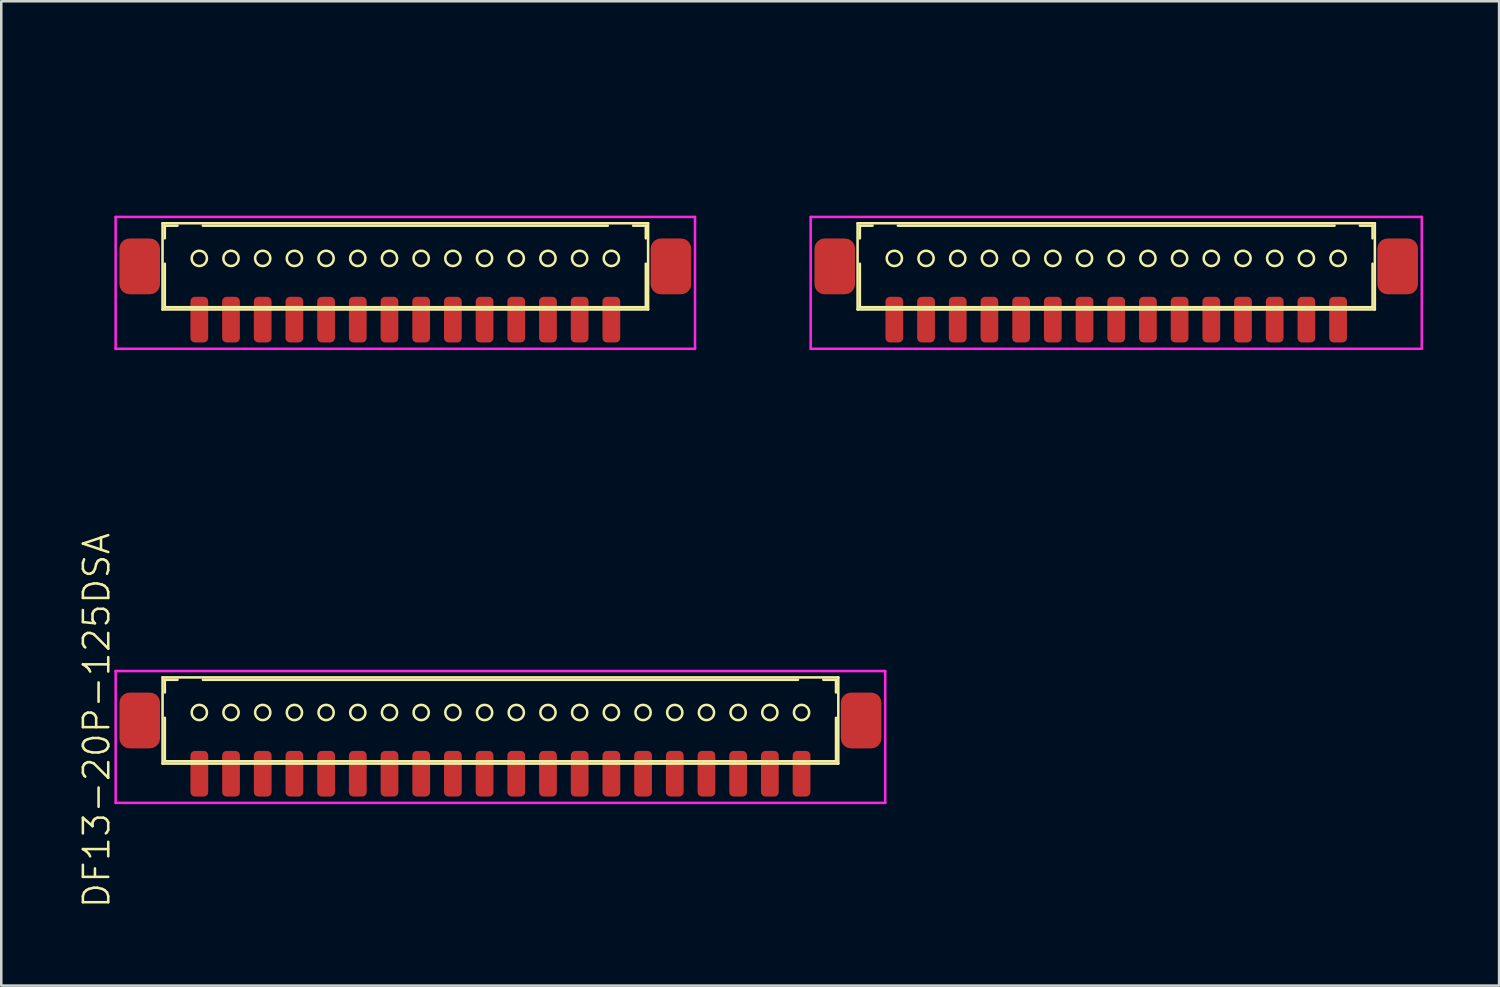
<source format=kicad_pcb>
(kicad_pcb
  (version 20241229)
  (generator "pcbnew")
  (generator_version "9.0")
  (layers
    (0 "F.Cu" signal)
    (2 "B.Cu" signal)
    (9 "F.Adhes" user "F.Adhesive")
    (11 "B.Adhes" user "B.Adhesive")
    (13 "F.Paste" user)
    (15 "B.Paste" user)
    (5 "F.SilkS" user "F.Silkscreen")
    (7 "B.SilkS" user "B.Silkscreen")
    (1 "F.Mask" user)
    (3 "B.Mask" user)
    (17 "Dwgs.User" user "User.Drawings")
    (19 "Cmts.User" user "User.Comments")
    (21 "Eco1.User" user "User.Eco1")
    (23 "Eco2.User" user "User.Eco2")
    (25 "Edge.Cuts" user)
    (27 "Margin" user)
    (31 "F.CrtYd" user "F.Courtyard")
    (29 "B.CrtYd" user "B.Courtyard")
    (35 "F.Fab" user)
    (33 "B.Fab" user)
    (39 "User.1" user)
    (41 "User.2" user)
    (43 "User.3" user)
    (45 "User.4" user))
  (footprint "DF13-20P-125DSA"
    (layer "F.Cu")
    (at 16.686 27.464)
    (property "Reference" "DF13-20P-125DSA" (at -15.925 -2.1 90) (layer "F.SilkS") (effects (font (size 1 1) (thickness 0.1))))
    (attr through_hole)
    (fp_line (start -13.325 -3.8) (end -13.325 -0.4) (stroke (width 0.1) (type solid)) (layer "F.SilkS"))
    (fp_line (start -13.325 -3.8) (end 13.325 -3.8) (stroke (width 0.1) (type solid)) (layer "F.SilkS"))
    (fp_line (start -13.325 -0.4) (end 13.325 -0.4) (stroke (width 0.1) (type solid)) (layer "F.SilkS"))
    (fp_line (start -13.235 -3.705) (end -13.235 -3.205) (stroke (width 0.1) (type solid)) (layer "F.SilkS"))
    (fp_line (start -13.235 -3.705) (end -12.735 -3.705) (stroke (width 0.1) (type solid)) (layer "F.SilkS"))
    (fp_line (start -13.235 -2.205) (end -13.235 -0.49) (stroke (width 0.1) (type solid)) (layer "F.SilkS"))
    (fp_line (start -13.235 -0.49) (end 13.235 -0.49) (stroke (width 0.1) (type solid)) (layer "F.SilkS"))
    (fp_line (start -11.735 -3.705) (end 11.735 -3.705) (stroke (width 0.1) (type solid)) (layer "F.SilkS"))
    (fp_line (start 12.735 -3.705) (end 13.235 -3.705) (stroke (width 0.1) (type solid)) (layer "F.SilkS"))
    (fp_line (start 13.235 -3.705) (end 13.235 -3.205) (stroke (width 0.1) (type solid)) (layer "F.SilkS"))
    (fp_line (start 13.235 -2.205) (end 13.235 -0.49) (stroke (width 0.1) (type solid)) (layer "F.SilkS"))
    (fp_line (start 13.325 -3.8) (end 13.325 -0.4) (stroke (width 0.1) (type solid)) (layer "F.SilkS"))
    (fp_circle (center -11.875 -2.415) (end -11.575 -2.415) (stroke (width 0.1) (type solid)) (fill no) (layer "F.SilkS"))
    (fp_circle (center -10.625 -2.415) (end -10.325 -2.415) (stroke (width 0.1) (type solid)) (fill no) (layer "F.SilkS"))
    (fp_circle (center -9.375 -2.415) (end -9.075 -2.415) (stroke (width 0.1) (type solid)) (fill no) (layer "F.SilkS"))
    (fp_circle (center -8.125 -2.415) (end -7.825 -2.415) (stroke (width 0.1) (type solid)) (fill no) (layer "F.SilkS"))
    (fp_circle (center -6.875 -2.415) (end -6.575 -2.415) (stroke (width 0.1) (type solid)) (fill no) (layer "F.SilkS"))
    (fp_circle (center -5.625 -2.415) (end -5.325 -2.415) (stroke (width 0.1) (type solid)) (fill no) (layer "F.SilkS"))
    (fp_circle (center -4.375 -2.415) (end -4.075 -2.415) (stroke (width 0.1) (type solid)) (fill no) (layer "F.SilkS"))
    (fp_circle (center -3.125 -2.415) (end -2.825 -2.415) (stroke (width 0.1) (type solid)) (fill no) (layer "F.SilkS"))
    (fp_circle (center -1.875 -2.415) (end -1.575 -2.415) (stroke (width 0.1) (type solid)) (fill no) (layer "F.SilkS"))
    (fp_circle (center -0.625 -2.415) (end -0.325 -2.415) (stroke (width 0.1) (type solid)) (fill no) (layer "F.SilkS"))
    (fp_circle (center 0.625 -2.415) (end 0.925 -2.415) (stroke (width 0.1) (type solid)) (fill no) (layer "F.SilkS"))
    (fp_circle (center 1.875 -2.415) (end 2.175 -2.415) (stroke (width 0.1) (type solid)) (fill no) (layer "F.SilkS"))
    (fp_circle (center 3.125 -2.415) (end 3.425 -2.415) (stroke (width 0.1) (type solid)) (fill no) (layer "F.SilkS"))
    (fp_circle (center 4.375 -2.415) (end 4.675 -2.415) (stroke (width 0.1) (type solid)) (fill no) (layer "F.SilkS"))
    (fp_circle (center 5.625 -2.415) (end 5.925 -2.415) (stroke (width 0.1) (type solid)) (fill no) (layer "F.SilkS"))
    (fp_circle (center 6.875 -2.415) (end 7.175 -2.415) (stroke (width 0.1) (type solid)) (fill no) (layer "F.SilkS"))
    (fp_circle (center 8.125 -2.415) (end 8.425 -2.415) (stroke (width 0.1) (type solid)) (fill no) (layer "F.SilkS"))
    (fp_circle (center 9.375 -2.415) (end 9.675 -2.415) (stroke (width 0.1) (type solid)) (fill no) (layer "F.SilkS"))
    (fp_circle (center 10.625 -2.415) (end 10.925 -2.415) (stroke (width 0.1) (type solid)) (fill no) (layer "F.SilkS"))
    (fp_circle (center 11.875 -2.415) (end 12.175 -2.415) (stroke (width 0.1) (type solid)) (fill no) (layer "F.SilkS"))
    (fp_line (start -15.175 -4.05) (end -15.175 1.15) (stroke (width 0.1) (type solid)) (layer "F.CrtYd"))
    (fp_line (start -15.175 1.15) (end 15.175 1.15) (stroke (width 0.1) (type solid)) (layer "F.CrtYd"))
    (fp_line (start 15.175 -4.05) (end -15.175 -4.05) (stroke (width 0.1) (type solid)) (layer "F.CrtYd"))
    (fp_line (start 15.175 1.15) (end 15.175 -4.05) (stroke (width 0.1) (type solid)) (layer "F.CrtYd"))
    (pad "1" smd roundrect (at -11.875 0) (size 0.7 1.8) (layers "F.Cu" "F.Mask" "F.Paste") (roundrect_rratio 0.25))
    (pad "2" smd roundrect (at -10.625 0) (size 0.7 1.8) (layers "F.Cu" "F.Mask" "F.Paste") (roundrect_rratio 0.25))
    (pad "3" smd roundrect (at -9.375 0) (size 0.7 1.8) (layers "F.Cu" "F.Mask" "F.Paste") (roundrect_rratio 0.25))
    (pad "4" smd roundrect (at -8.125 0) (size 0.7 1.8) (layers "F.Cu" "F.Mask" "F.Paste") (roundrect_rratio 0.25))
    (pad "5" smd roundrect (at -6.875 0) (size 0.7 1.8) (layers "F.Cu" "F.Mask" "F.Paste") (roundrect_rratio 0.25))
    (pad "6" smd roundrect (at -5.625 0) (size 0.7 1.8) (layers "F.Cu" "F.Mask" "F.Paste") (roundrect_rratio 0.25))
    (pad "7" smd roundrect (at -4.375 0) (size 0.7 1.8) (layers "F.Cu" "F.Mask" "F.Paste") (roundrect_rratio 0.25))
    (pad "8" smd roundrect (at -3.125 0) (size 0.7 1.8) (layers "F.Cu" "F.Mask" "F.Paste") (roundrect_rratio 0.25))
    (pad "9" smd roundrect (at -1.875 0) (size 0.7 1.8) (layers "F.Cu" "F.Mask" "F.Paste") (roundrect_rratio 0.25))
    (pad "10" smd roundrect (at -0.625 0) (size 0.7 1.8) (layers "F.Cu" "F.Mask" "F.Paste") (roundrect_rratio 0.25))
    (pad "11" smd roundrect (at 0.625 0) (size 0.7 1.8) (layers "F.Cu" "F.Mask" "F.Paste") (roundrect_rratio 0.25))
    (pad "12" smd roundrect (at 1.875 0) (size 0.7 1.8) (layers "F.Cu" "F.Mask" "F.Paste") (roundrect_rratio 0.25))
    (pad "13" smd roundrect (at 3.125 0) (size 0.7 1.8) (layers "F.Cu" "F.Mask" "F.Paste") (roundrect_rratio 0.25))
    (pad "14" smd roundrect (at 4.375 0) (size 0.7 1.8) (layers "F.Cu" "F.Mask" "F.Paste") (roundrect_rratio 0.25))
    (pad "15" smd roundrect (at 5.625 0) (size 0.7 1.8) (layers "F.Cu" "F.Mask" "F.Paste") (roundrect_rratio 0.25))
    (pad "16" smd roundrect (at 6.875 0) (size 0.7 1.8) (layers "F.Cu" "F.Mask" "F.Paste") (roundrect_rratio 0.25))
    (pad "17" smd roundrect (at 8.125 0) (size 0.7 1.8) (layers "F.Cu" "F.Mask" "F.Paste") (roundrect_rratio 0.25))
    (pad "18" smd roundrect (at 9.375 0) (size 0.7 1.8) (layers "F.Cu" "F.Mask" "F.Paste") (roundrect_rratio 0.25))
    (pad "19" smd roundrect (at 10.625 0) (size 0.7 1.8) (layers "F.Cu" "F.Mask" "F.Paste") (roundrect_rratio 0.25))
    (pad "20" smd roundrect (at 11.875 0) (size 0.7 1.8) (layers "F.Cu" "F.Mask" "F.Paste") (roundrect_rratio 0.25))
    (pad "S" smd roundrect (at -14.225 -2.1) (size 1.6 2.2) (layers "F.Cu" "F.Mask" "F.Paste") (roundrect_rratio 0.25))
    (pad "S" smd roundrect (at 14.225 -2.1) (size 1.6 2.2) (layers "F.Cu" "F.Mask" "F.Paste") (roundrect_rratio 0.25)))
  (footprint "DF13-14P-125DSA"
    (layer "F.Cu")
    (at 12.935 9.555)
    (property "Reference" "DF13-14P-125DSA" (at -12.175 -2.1 90) (layer "User.1") (effects (font (size 1 1) (thickness 0.1))))
    (attr through_hole)
    (fp_line (start -9.575 -3.8) (end -9.575 -0.4) (stroke (width 0.1) (type solid)) (layer "F.SilkS"))
    (fp_line (start -9.575 -3.8) (end 9.575 -3.8) (stroke (width 0.1) (type solid)) (layer "F.SilkS"))
    (fp_line (start -9.575 -0.4) (end 9.575 -0.4) (stroke (width 0.1) (type solid)) (layer "F.SilkS"))
    (fp_line (start -9.485 -3.705) (end -9.485 -3.205) (stroke (width 0.1) (type solid)) (layer "F.SilkS"))
    (fp_line (start -9.485 -3.705) (end -8.985 -3.705) (stroke (width 0.1) (type solid)) (layer "F.SilkS"))
    (fp_line (start -9.485 -2.205) (end -9.485 -0.49) (stroke (width 0.1) (type solid)) (layer "F.SilkS"))
    (fp_line (start -9.485 -0.49) (end 9.485 -0.49) (stroke (width 0.1) (type solid)) (layer "F.SilkS"))
    (fp_line (start -7.985 -3.705) (end 7.985 -3.705) (stroke (width 0.1) (type solid)) (layer "F.SilkS"))
    (fp_line (start 8.985 -3.705) (end 9.485 -3.705) (stroke (width 0.1) (type solid)) (layer "F.SilkS"))
    (fp_line (start 9.485 -3.705) (end 9.485 -3.205) (stroke (width 0.1) (type solid)) (layer "F.SilkS"))
    (fp_line (start 9.485 -2.205) (end 9.485 -0.49) (stroke (width 0.1) (type solid)) (layer "F.SilkS"))
    (fp_line (start 9.575 -3.8) (end 9.575 -0.4) (stroke (width 0.1) (type solid)) (layer "F.SilkS"))
    (fp_circle (center -8.125 -2.415) (end -7.825 -2.415) (stroke (width 0.1) (type solid)) (fill no) (layer "F.SilkS"))
    (fp_circle (center -6.875 -2.415) (end -6.575 -2.415) (stroke (width 0.1) (type solid)) (fill no) (layer "F.SilkS"))
    (fp_circle (center -5.625 -2.415) (end -5.325 -2.415) (stroke (width 0.1) (type solid)) (fill no) (layer "F.SilkS"))
    (fp_circle (center -4.375 -2.415) (end -4.075 -2.415) (stroke (width 0.1) (type solid)) (fill no) (layer "F.SilkS"))
    (fp_circle (center -3.125 -2.415) (end -2.825 -2.415) (stroke (width 0.1) (type solid)) (fill no) (layer "F.SilkS"))
    (fp_circle (center -1.875 -2.415) (end -1.575 -2.415) (stroke (width 0.1) (type solid)) (fill no) (layer "F.SilkS"))
    (fp_circle (center -0.625 -2.415) (end -0.325 -2.415) (stroke (width 0.1) (type solid)) (fill no) (layer "F.SilkS"))
    (fp_circle (center 0.625 -2.415) (end 0.925 -2.415) (stroke (width 0.1) (type solid)) (fill no) (layer "F.SilkS"))
    (fp_circle (center 1.875 -2.415) (end 2.175 -2.415) (stroke (width 0.1) (type solid)) (fill no) (layer "F.SilkS"))
    (fp_circle (center 3.125 -2.415) (end 3.425 -2.415) (stroke (width 0.1) (type solid)) (fill no) (layer "F.SilkS"))
    (fp_circle (center 4.375 -2.415) (end 4.675 -2.415) (stroke (width 0.1) (type solid)) (fill no) (layer "F.SilkS"))
    (fp_circle (center 5.625 -2.415) (end 5.925 -2.415) (stroke (width 0.1) (type solid)) (fill no) (layer "F.SilkS"))
    (fp_circle (center 6.875 -2.415) (end 7.175 -2.415) (stroke (width 0.1) (type solid)) (fill no) (layer "F.SilkS"))
    (fp_circle (center 8.125 -2.415) (end 8.425 -2.415) (stroke (width 0.1) (type solid)) (fill no) (layer "F.SilkS"))
    (fp_line (start -11.425 -4.05) (end -11.425 1.15) (stroke (width 0.1) (type solid)) (layer "F.CrtYd"))
    (fp_line (start -11.425 1.15) (end 11.425 1.15) (stroke (width 0.1) (type solid)) (layer "F.CrtYd"))
    (fp_line (start 11.425 -4.05) (end -11.425 -4.05) (stroke (width 0.1) (type solid)) (layer "F.CrtYd"))
    (fp_line (start 11.425 1.15) (end 11.425 -4.05) (stroke (width 0.1) (type solid)) (layer "F.CrtYd"))
    (pad "1" smd roundrect (at -8.125 0) (size 0.7 1.8) (layers "F.Cu" "F.Mask" "F.Paste") (roundrect_rratio 0.25))
    (pad "2" smd roundrect (at -6.875 0) (size 0.7 1.8) (layers "F.Cu" "F.Mask" "F.Paste") (roundrect_rratio 0.25))
    (pad "3" smd roundrect (at -5.625 0) (size 0.7 1.8) (layers "F.Cu" "F.Mask" "F.Paste") (roundrect_rratio 0.25))
    (pad "4" smd roundrect (at -4.375 0) (size 0.7 1.8) (layers "F.Cu" "F.Mask" "F.Paste") (roundrect_rratio 0.25))
    (pad "5" smd roundrect (at -3.125 0) (size 0.7 1.8) (layers "F.Cu" "F.Mask" "F.Paste") (roundrect_rratio 0.25))
    (pad "6" smd roundrect (at -1.875 0) (size 0.7 1.8) (layers "F.Cu" "F.Mask" "F.Paste") (roundrect_rratio 0.25))
    (pad "7" smd roundrect (at -0.625 0) (size 0.7 1.8) (layers "F.Cu" "F.Mask" "F.Paste") (roundrect_rratio 0.25))
    (pad "8" smd roundrect (at 0.625 0) (size 0.7 1.8) (layers "F.Cu" "F.Mask" "F.Paste") (roundrect_rratio 0.25))
    (pad "9" smd roundrect (at 1.875 0) (size 0.7 1.8) (layers "F.Cu" "F.Mask" "F.Paste") (roundrect_rratio 0.25))
    (pad "10" smd roundrect (at 3.125 0) (size 0.7 1.8) (layers "F.Cu" "F.Mask" "F.Paste") (roundrect_rratio 0.25))
    (pad "11" smd roundrect (at 4.375 0) (size 0.7 1.8) (layers "F.Cu" "F.Mask" "F.Paste") (roundrect_rratio 0.25))
    (pad "12" smd roundrect (at 5.625 0) (size 0.7 1.8) (layers "F.Cu" "F.Mask" "F.Paste") (roundrect_rratio 0.25))
    (pad "13" smd roundrect (at 6.875 0) (size 0.7 1.8) (layers "F.Cu" "F.Mask" "F.Paste") (roundrect_rratio 0.25))
    (pad "14" smd roundrect (at 8.125 0) (size 0.7 1.8) (layers "F.Cu" "F.Mask" "F.Paste") (roundrect_rratio 0.25))
    (pad "S" smd roundrect (at -10.475 -2.1) (size 1.6 2.2) (layers "F.Cu" "F.Mask" "F.Paste") (roundrect_rratio 0.25))
    (pad "S" smd roundrect (at 10.475 -2.1) (size 1.6 2.2) (layers "F.Cu" "F.Mask" "F.Paste") (roundrect_rratio 0.25)))
  (footprint "DF13-15P-125DSA"
    (layer "F.Cu")
    (at 40.971 9.555)
    (property "Reference" "DF13-15P-125DSA" (at -12.8 -2.1 90) (layer "User.1") (effects (font (size 1 1) (thickness 0.1))))
    (attr through_hole)
    (fp_line (start -10.2 -3.8) (end -10.2 -0.4) (stroke (width 0.1) (type solid)) (layer "F.SilkS"))
    (fp_line (start -10.2 -3.8) (end 10.2 -3.8) (stroke (width 0.1) (type solid)) (layer "F.SilkS"))
    (fp_line (start -10.2 -0.4) (end 10.2 -0.4) (stroke (width 0.1) (type solid)) (layer "F.SilkS"))
    (fp_line (start -10.11 -3.705) (end -10.11 -3.205) (stroke (width 0.1) (type solid)) (layer "F.SilkS"))
    (fp_line (start -10.11 -3.705) (end -9.61 -3.705) (stroke (width 0.1) (type solid)) (layer "F.SilkS"))
    (fp_line (start -10.11 -2.205) (end -10.11 -0.49) (stroke (width 0.1) (type solid)) (layer "F.SilkS"))
    (fp_line (start -10.11 -0.49) (end 10.11 -0.49) (stroke (width 0.1) (type solid)) (layer "F.SilkS"))
    (fp_line (start -8.61 -3.705) (end 8.61 -3.705) (stroke (width 0.1) (type solid)) (layer "F.SilkS"))
    (fp_line (start 9.61 -3.705) (end 10.11 -3.705) (stroke (width 0.1) (type solid)) (layer "F.SilkS"))
    (fp_line (start 10.11 -3.705) (end 10.11 -3.205) (stroke (width 0.1) (type solid)) (layer "F.SilkS"))
    (fp_line (start 10.11 -2.205) (end 10.11 -0.49) (stroke (width 0.1) (type solid)) (layer "F.SilkS"))
    (fp_line (start 10.2 -3.8) (end 10.2 -0.4) (stroke (width 0.1) (type solid)) (layer "F.SilkS"))
    (fp_circle (center -8.75 -2.415) (end -8.45 -2.415) (stroke (width 0.1) (type solid)) (fill no) (layer "F.SilkS"))
    (fp_circle (center -7.5 -2.415) (end -7.2 -2.415) (stroke (width 0.1) (type solid)) (fill no) (layer "F.SilkS"))
    (fp_circle (center -6.25 -2.415) (end -5.95 -2.415) (stroke (width 0.1) (type solid)) (fill no) (layer "F.SilkS"))
    (fp_circle (center -5 -2.415) (end -4.7 -2.415) (stroke (width 0.1) (type solid)) (fill no) (layer "F.SilkS"))
    (fp_circle (center -3.75 -2.415) (end -3.45 -2.415) (stroke (width 0.1) (type solid)) (fill no) (layer "F.SilkS"))
    (fp_circle (center -2.5 -2.415) (end -2.2 -2.415) (stroke (width 0.1) (type solid)) (fill no) (layer "F.SilkS"))
    (fp_circle (center -1.25 -2.415) (end -0.95 -2.415) (stroke (width 0.1) (type solid)) (fill no) (layer "F.SilkS"))
    (fp_circle (center 0 -2.415) (end 0.3 -2.415) (stroke (width 0.1) (type solid)) (fill no) (layer "F.SilkS"))
    (fp_circle (center 1.25 -2.415) (end 1.55 -2.415) (stroke (width 0.1) (type solid)) (fill no) (layer "F.SilkS"))
    (fp_circle (center 2.5 -2.415) (end 2.8 -2.415) (stroke (width 0.1) (type solid)) (fill no) (layer "F.SilkS"))
    (fp_circle (center 3.75 -2.415) (end 4.05 -2.415) (stroke (width 0.1) (type solid)) (fill no) (layer "F.SilkS"))
    (fp_circle (center 5 -2.415) (end 5.3 -2.415) (stroke (width 0.1) (type solid)) (fill no) (layer "F.SilkS"))
    (fp_circle (center 6.25 -2.415) (end 6.55 -2.415) (stroke (width 0.1) (type solid)) (fill no) (layer "F.SilkS"))
    (fp_circle (center 7.5 -2.415) (end 7.8 -2.415) (stroke (width 0.1) (type solid)) (fill no) (layer "F.SilkS"))
    (fp_circle (center 8.75 -2.415) (end 9.05 -2.415) (stroke (width 0.1) (type solid)) (fill no) (layer "F.SilkS"))
    (fp_line (start -12.05 -4.05) (end -12.05 1.15) (stroke (width 0.1) (type solid)) (layer "F.CrtYd"))
    (fp_line (start -12.05 1.15) (end 12.05 1.15) (stroke (width 0.1) (type solid)) (layer "F.CrtYd"))
    (fp_line (start 12.05 -4.05) (end -12.05 -4.05) (stroke (width 0.1) (type solid)) (layer "F.CrtYd"))
    (fp_line (start 12.05 1.15) (end 12.05 -4.05) (stroke (width 0.1) (type solid)) (layer "F.CrtYd"))
    (pad "1" smd roundrect (at -8.75 0) (size 0.7 1.8) (layers "F.Cu" "F.Mask" "F.Paste") (roundrect_rratio 0.25))
    (pad "2" smd roundrect (at -7.5 0) (size 0.7 1.8) (layers "F.Cu" "F.Mask" "F.Paste") (roundrect_rratio 0.25))
    (pad "3" smd roundrect (at -6.25 0) (size 0.7 1.8) (layers "F.Cu" "F.Mask" "F.Paste") (roundrect_rratio 0.25))
    (pad "4" smd roundrect (at -5 0) (size 0.7 1.8) (layers "F.Cu" "F.Mask" "F.Paste") (roundrect_rratio 0.25))
    (pad "5" smd roundrect (at -3.75 0) (size 0.7 1.8) (layers "F.Cu" "F.Mask" "F.Paste") (roundrect_rratio 0.25))
    (pad "6" smd roundrect (at -2.5 0) (size 0.7 1.8) (layers "F.Cu" "F.Mask" "F.Paste") (roundrect_rratio 0.25))
    (pad "7" smd roundrect (at -1.25 0) (size 0.7 1.8) (layers "F.Cu" "F.Mask" "F.Paste") (roundrect_rratio 0.25))
    (pad "8" smd roundrect (at 0 0) (size 0.7 1.8) (layers "F.Cu" "F.Mask" "F.Paste") (roundrect_rratio 0.25))
    (pad "9" smd roundrect (at 1.25 0) (size 0.7 1.8) (layers "F.Cu" "F.Mask" "F.Paste") (roundrect_rratio 0.25))
    (pad "10" smd roundrect (at 2.5 0) (size 0.7 1.8) (layers "F.Cu" "F.Mask" "F.Paste") (roundrect_rratio 0.25))
    (pad "11" smd roundrect (at 3.75 0) (size 0.7 1.8) (layers "F.Cu" "F.Mask" "F.Paste") (roundrect_rratio 0.25))
    (pad "12" smd roundrect (at 5 0) (size 0.7 1.8) (layers "F.Cu" "F.Mask" "F.Paste") (roundrect_rratio 0.25))
    (pad "13" smd roundrect (at 6.25 0) (size 0.7 1.8) (layers "F.Cu" "F.Mask" "F.Paste") (roundrect_rratio 0.25))
    (pad "14" smd roundrect (at 7.5 0) (size 0.7 1.8) (layers "F.Cu" "F.Mask" "F.Paste") (roundrect_rratio 0.25))
    (pad "15" smd roundrect (at 8.75 0) (size 0.7 1.8) (layers "F.Cu" "F.Mask" "F.Paste") (roundrect_rratio 0.25))
    (pad "S" smd roundrect (at -11.1 -2.1) (size 1.6 2.2) (layers "F.Cu" "F.Mask" "F.Paste") (roundrect_rratio 0.25))
    (pad "S" smd roundrect (at 11.1 -2.1) (size 1.6 2.2) (layers "F.Cu" "F.Mask" "F.Paste") (roundrect_rratio 0.25)))
  (gr_rect
    (start -3 -3)
    (end 56.071 35.819)
    (stroke (width 0.1) (type default))
    (fill no)
    (layer "Edge.Cuts")))
</source>
